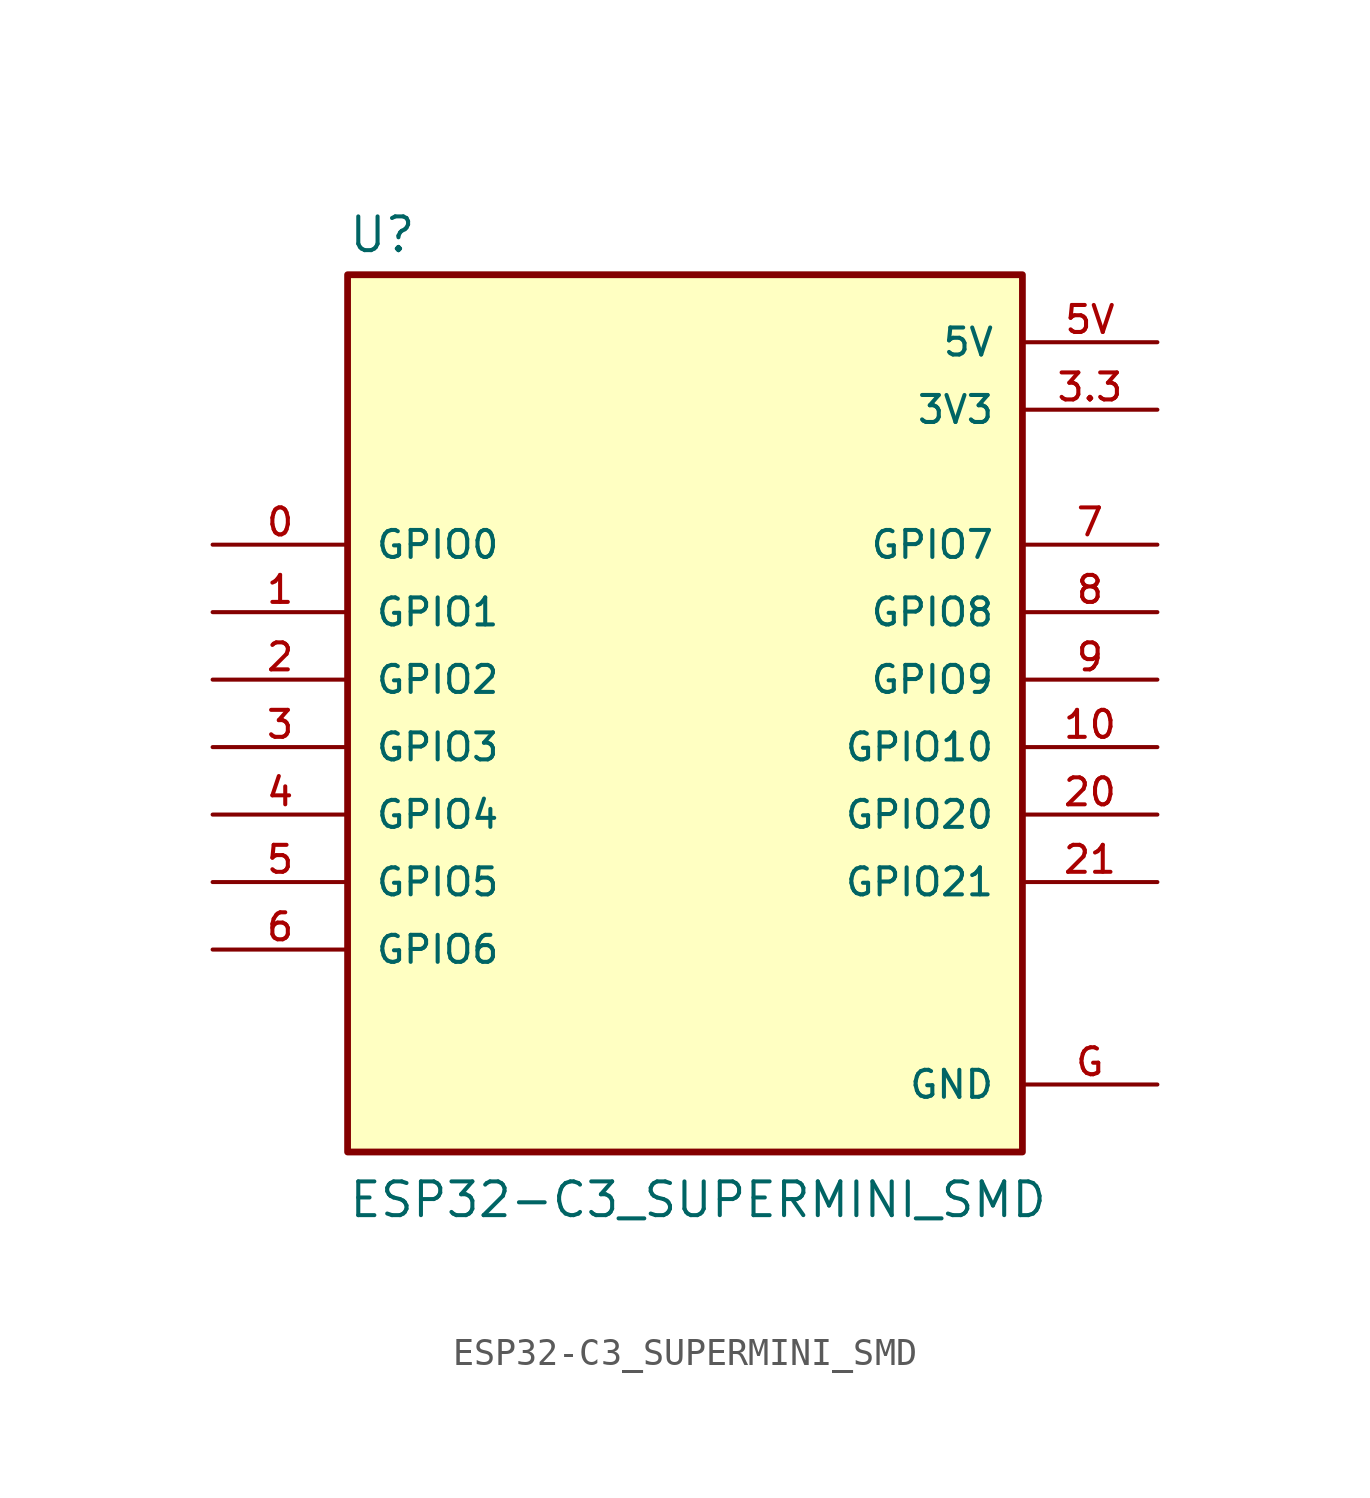
<source format=kicad_sym>
(kicad_symbol_lib
  (version 20241209)
  (generator "kicad_symbol_editor")
  (generator_version "9.0")
  (symbol "ESP32-C3_SUPERMINI_SMD"
    (pin_names
      (offset 1.016))
    (property "Reference" "U"
      (at -12.7 16.002 0)
      (effects (font (size 1.27 1.27)) (justify left bottom)))
    (property "Value" "ESP32-C3_SUPERMINI_SMD"
      (at -12.7 -20.32 0)
      (effects (font (size 1.27 1.27)) (justify left bottom)))
    (symbol "ESP32-C3_SUPERMINI_SMD_0_0"
      (rectangle (start -12.7 -17.78) (end 12.7 15.24) (stroke (width 0.254) (type default)) (fill (type background)))
      (pin bidirectional line (at -17.78 5.08 0) (length 5.08) (name "GPIO0" (effects (font (size 1.016 1.016)))) (number "0" (effects (font (size 1.016 1.016)))))
      (pin bidirectional line (at -17.78 2.54 0) (length 5.08) (name "GPIO1" (effects (font (size 1.016 1.016)))) (number "1" (effects (font (size 1.016 1.016)))))
      (pin bidirectional line (at -17.78 0 0) (length 5.08) (name "GPIO2" (effects (font (size 1.016 1.016)))) (number "2" (effects (font (size 1.016 1.016)))))
      (pin bidirectional line (at -17.78 -2.54 0) (length 5.08) (name "GPIO3" (effects (font (size 1.016 1.016)))) (number "3" (effects (font (size 1.016 1.016)))))
      (pin bidirectional line (at -17.78 -5.08 0) (length 5.08) (name "GPIO4" (effects (font (size 1.016 1.016)))) (number "4" (effects (font (size 1.016 1.016)))))
      (pin bidirectional line (at -17.78 -7.62 0) (length 5.08) (name "GPIO5" (effects (font (size 1.016 1.016)))) (number "5" (effects (font (size 1.016 1.016)))))
      (pin bidirectional line (at -17.78 -10.16 0) (length 5.08) (name "GPIO6" (effects (font (size 1.016 1.016)))) (number "6" (effects (font (size 1.016 1.016)))))
      (pin power_in line (at 17.78 12.7 180) (length 5.08) (name "5V" (effects (font (size 1.016 1.016)))) (number "5V" (effects (font (size 1.016 1.016)))))
      (pin power_in line (at 17.78 10.16 180) (length 5.08) (name "3V3" (effects (font (size 1.016 1.016)))) (number "3.3" (effects (font (size 1.016 1.016)))))
      (pin bidirectional line (at 17.78 5.08 180) (length 5.08) (name "GPIO7" (effects (font (size 1.016 1.016)))) (number "7" (effects (font (size 1.016 1.016)))))
      (pin bidirectional line (at 17.78 2.54 180) (length 5.08) (name "GPIO8" (effects (font (size 1.016 1.016)))) (number "8" (effects (font (size 1.016 1.016)))))
      (pin bidirectional line (at 17.78 0 180) (length 5.08) (name "GPIO9" (effects (font (size 1.016 1.016)))) (number "9" (effects (font (size 1.016 1.016)))))
      (pin bidirectional line (at 17.78 -2.54 180) (length 5.08) (name "GPIO10" (effects (font (size 1.016 1.016)))) (number "10" (effects (font (size 1.016 1.016)))))
      (pin bidirectional line (at 17.78 -5.08 180) (length 5.08) (name "GPIO20" (effects (font (size 1.016 1.016)))) (number "20" (effects (font (size 1.016 1.016)))))
      (pin bidirectional line (at 17.78 -7.62 180) (length 5.08) (name "GPIO21" (effects (font (size 1.016 1.016)))) (number "21" (effects (font (size 1.016 1.016)))))
      (pin power_in line (at 17.78 -15.24 180) (length 5.08) (name "GND" (effects (font (size 1.016 1.016)))) (number "G" (effects (font (size 1.016 1.016))))))))
</source>
